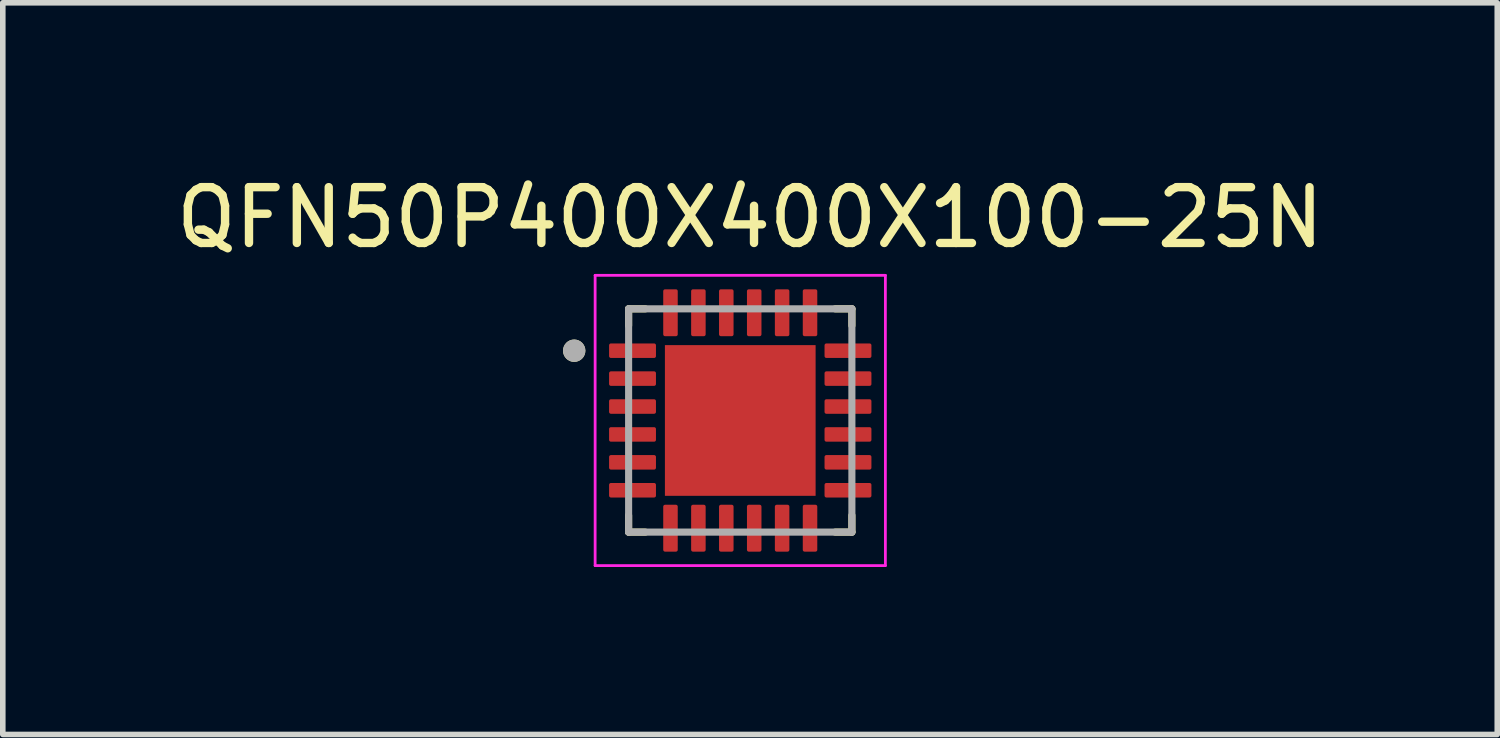
<source format=kicad_pcb>
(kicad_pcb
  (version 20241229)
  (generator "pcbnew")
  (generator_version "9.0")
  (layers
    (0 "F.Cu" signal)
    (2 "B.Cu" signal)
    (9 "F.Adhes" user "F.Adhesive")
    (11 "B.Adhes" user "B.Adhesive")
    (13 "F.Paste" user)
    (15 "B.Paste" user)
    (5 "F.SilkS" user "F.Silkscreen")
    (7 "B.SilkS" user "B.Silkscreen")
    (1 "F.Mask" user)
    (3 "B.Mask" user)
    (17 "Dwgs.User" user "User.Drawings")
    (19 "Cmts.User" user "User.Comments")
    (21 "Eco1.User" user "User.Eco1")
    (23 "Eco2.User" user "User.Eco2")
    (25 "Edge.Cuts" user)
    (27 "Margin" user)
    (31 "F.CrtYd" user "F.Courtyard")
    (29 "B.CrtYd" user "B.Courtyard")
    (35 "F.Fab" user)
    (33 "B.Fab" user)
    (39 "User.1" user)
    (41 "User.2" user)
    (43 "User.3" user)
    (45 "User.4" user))
  (footprint "QFN50P400X400X100-25N"
    (layer "F.Cu")
    (at 10.212 4.483)
    (property "Reference" "QFN50P400X400X100-25N" (at 0.175 -3.635 0) (layer "F.SilkS") (effects (font (size 1 1) (thickness 0.15))))
    (attr smd)
    (fp_line (start -2 -2) (end -2 -1.7) (stroke (width 0.127) (type solid)) (layer "F.SilkS"))
    (fp_line (start -2 -2) (end -1.7 -2) (stroke (width 0.127) (type solid)) (layer "F.SilkS"))
    (fp_line (start -2 2) (end -2 1.7) (stroke (width 0.127) (type solid)) (layer "F.SilkS"))
    (fp_line (start -2 2) (end -1.7 2) (stroke (width 0.127) (type solid)) (layer "F.SilkS"))
    (fp_line (start 2 -2) (end 1.7 -2) (stroke (width 0.127) (type solid)) (layer "F.SilkS"))
    (fp_line (start 2 -2) (end 2 -1.7) (stroke (width 0.127) (type solid)) (layer "F.SilkS"))
    (fp_line (start 2 2) (end 1.7 2) (stroke (width 0.127) (type solid)) (layer "F.SilkS"))
    (fp_line (start 2 2) (end 2 1.7) (stroke (width 0.127) (type solid)) (layer "F.SilkS"))
    (fp_circle (center -2.975 -1.25) (end -2.875 -1.25) (stroke (width 0.2) (type solid)) (fill no) (layer "F.SilkS"))
    (fp_poly (pts (xy -0.85 -0.85) (xy 0.85 -0.85) (xy 0.85 0.85) (xy -0.85 0.85)) (stroke (width 0.01) (type solid)) (fill yes) (layer "F.Paste"))
    (fp_line (start -2.6 -2.6) (end 2.6 -2.6) (stroke (width 0.05) (type solid)) (layer "F.CrtYd"))
    (fp_line (start -2.6 2.6) (end -2.6 -2.6) (stroke (width 0.05) (type solid)) (layer "F.CrtYd"))
    (fp_line (start -2.6 2.6) (end 2.6 2.6) (stroke (width 0.05) (type solid)) (layer "F.CrtYd"))
    (fp_line (start 2.6 2.6) (end 2.6 -2.6) (stroke (width 0.05) (type solid)) (layer "F.CrtYd"))
    (fp_line (start -2 2) (end -2 -2) (stroke (width 0.127) (type solid)) (layer "F.Fab"))
    (fp_line (start 2 -2) (end -2 -2) (stroke (width 0.127) (type solid)) (layer "F.Fab"))
    (fp_line (start 2 2) (end -2 2) (stroke (width 0.127) (type solid)) (layer "F.Fab"))
    (fp_line (start 2 2) (end 2 -2) (stroke (width 0.127) (type solid)) (layer "F.Fab"))
    (fp_circle (center -2.975 -1.25) (end -2.875 -1.25) (stroke (width 0.2) (type solid)) (fill no) (layer "F.Fab"))
    (pad "1" smd roundrect (at -1.93 -1.25) (size 0.84 0.26) (layers "F.Cu" "F.Mask" "F.Paste") (roundrect_rratio 0.125))
    (pad "2" smd roundrect (at -1.93 -0.75) (size 0.84 0.26) (layers "F.Cu" "F.Mask" "F.Paste") (roundrect_rratio 0.125))
    (pad "3" smd roundrect (at -1.93 -0.25) (size 0.84 0.26) (layers "F.Cu" "F.Mask" "F.Paste") (roundrect_rratio 0.125))
    (pad "4" smd roundrect (at -1.93 0.25) (size 0.84 0.26) (layers "F.Cu" "F.Mask" "F.Paste") (roundrect_rratio 0.125))
    (pad "5" smd roundrect (at -1.93 0.75) (size 0.84 0.26) (layers "F.Cu" "F.Mask" "F.Paste") (roundrect_rratio 0.125))
    (pad "6" smd roundrect (at -1.93 1.25) (size 0.84 0.26) (layers "F.Cu" "F.Mask" "F.Paste") (roundrect_rratio 0.125))
    (pad "7" smd roundrect (at -1.25 1.93) (size 0.26 0.84) (layers "F.Cu" "F.Mask" "F.Paste") (roundrect_rratio 0.125))
    (pad "8" smd roundrect (at -0.75 1.93) (size 0.26 0.84) (layers "F.Cu" "F.Mask" "F.Paste") (roundrect_rratio 0.125))
    (pad "9" smd roundrect (at -0.25 1.93) (size 0.26 0.84) (layers "F.Cu" "F.Mask" "F.Paste") (roundrect_rratio 0.125))
    (pad "10" smd roundrect (at 0.25 1.93) (size 0.26 0.84) (layers "F.Cu" "F.Mask" "F.Paste") (roundrect_rratio 0.125))
    (pad "11" smd roundrect (at 0.75 1.93) (size 0.26 0.84) (layers "F.Cu" "F.Mask" "F.Paste") (roundrect_rratio 0.125))
    (pad "12" smd roundrect (at 1.25 1.93) (size 0.26 0.84) (layers "F.Cu" "F.Mask" "F.Paste") (roundrect_rratio 0.125))
    (pad "13" smd roundrect (at 1.93 1.25) (size 0.84 0.26) (layers "F.Cu" "F.Mask" "F.Paste") (roundrect_rratio 0.125))
    (pad "14" smd roundrect (at 1.93 0.75) (size 0.84 0.26) (layers "F.Cu" "F.Mask" "F.Paste") (roundrect_rratio 0.125))
    (pad "15" smd roundrect (at 1.93 0.25) (size 0.84 0.26) (layers "F.Cu" "F.Mask" "F.Paste") (roundrect_rratio 0.125))
    (pad "16" smd roundrect (at 1.93 -0.25) (size 0.84 0.26) (layers "F.Cu" "F.Mask" "F.Paste") (roundrect_rratio 0.125))
    (pad "17" smd roundrect (at 1.93 -0.75) (size 0.84 0.26) (layers "F.Cu" "F.Mask" "F.Paste") (roundrect_rratio 0.125))
    (pad "18" smd roundrect (at 1.93 -1.25) (size 0.84 0.26) (layers "F.Cu" "F.Mask" "F.Paste") (roundrect_rratio 0.125))
    (pad "19" smd roundrect (at 1.25 -1.93) (size 0.26 0.84) (layers "F.Cu" "F.Mask" "F.Paste") (roundrect_rratio 0.125))
    (pad "20" smd roundrect (at 0.75 -1.93) (size 0.26 0.84) (layers "F.Cu" "F.Mask" "F.Paste") (roundrect_rratio 0.125))
    (pad "21" smd roundrect (at 0.25 -1.93) (size 0.26 0.84) (layers "F.Cu" "F.Mask" "F.Paste") (roundrect_rratio 0.125))
    (pad "22" smd roundrect (at -0.25 -1.93) (size 0.26 0.84) (layers "F.Cu" "F.Mask" "F.Paste") (roundrect_rratio 0.125))
    (pad "23" smd roundrect (at -0.75 -1.93) (size 0.26 0.84) (layers "F.Cu" "F.Mask" "F.Paste") (roundrect_rratio 0.125))
    (pad "24" smd roundrect (at -1.25 -1.93) (size 0.26 0.84) (layers "F.Cu" "F.Mask" "F.Paste") (roundrect_rratio 0.125))
    (pad "25" smd rect (at 0 0) (size 2.7 2.7) (layers "F.Cu" "F.Mask")))
  (gr_rect
    (start -3 -3)
    (end 23.774 10.108)
    (stroke (width 0.1) (type default))
    (fill no)
    (layer "Edge.Cuts")))
</source>
